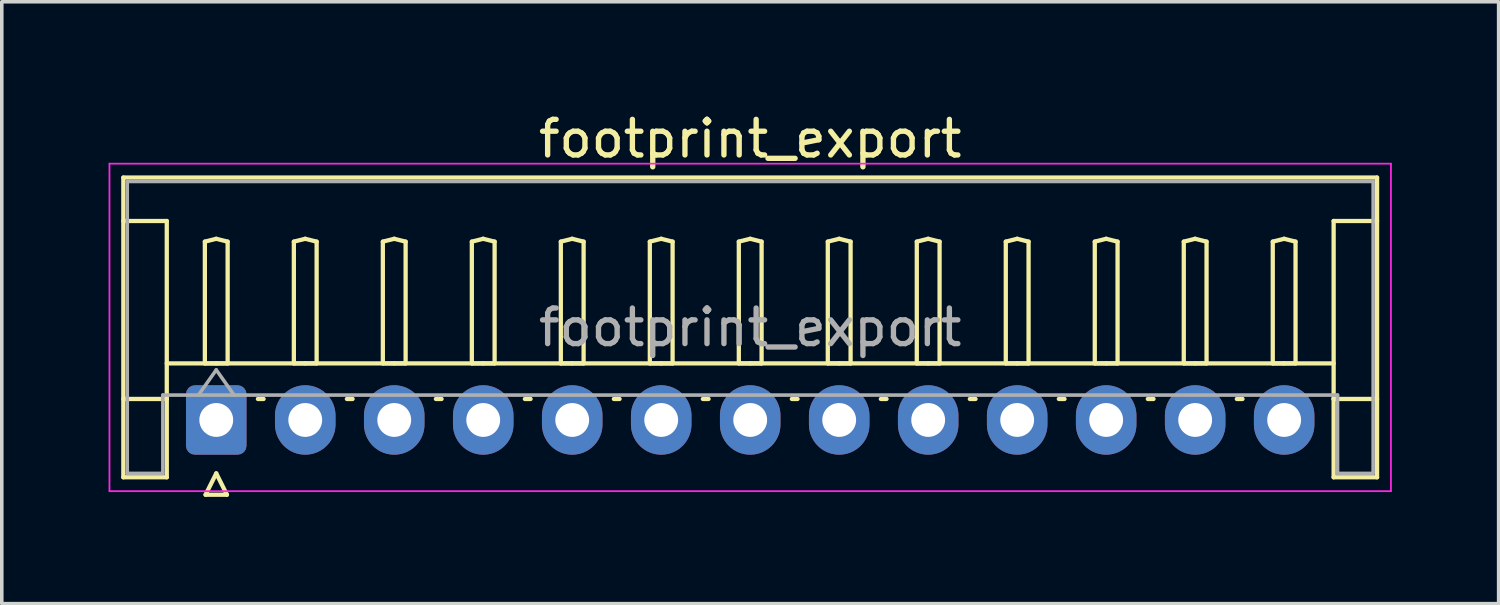
<source format=kicad_pcb>
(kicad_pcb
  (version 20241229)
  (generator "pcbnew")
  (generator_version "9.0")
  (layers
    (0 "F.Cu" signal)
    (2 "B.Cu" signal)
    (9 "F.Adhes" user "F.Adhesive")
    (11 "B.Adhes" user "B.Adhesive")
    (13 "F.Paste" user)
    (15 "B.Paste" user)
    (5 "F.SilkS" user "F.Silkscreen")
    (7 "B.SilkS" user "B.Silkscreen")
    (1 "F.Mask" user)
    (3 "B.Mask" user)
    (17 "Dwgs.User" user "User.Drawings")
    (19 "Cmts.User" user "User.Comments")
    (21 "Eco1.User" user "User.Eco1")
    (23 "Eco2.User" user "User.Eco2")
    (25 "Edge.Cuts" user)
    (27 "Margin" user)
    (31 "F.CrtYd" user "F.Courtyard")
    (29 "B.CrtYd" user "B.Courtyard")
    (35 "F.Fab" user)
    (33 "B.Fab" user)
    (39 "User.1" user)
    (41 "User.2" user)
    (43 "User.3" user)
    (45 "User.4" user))
  (footprint "footprint_export"
    (layer "F.Cu")
    (at 3.025 8.748)
    (property "Reference" "footprint_export" (at 15 -7.9 0) (layer "F.SilkS") (effects (font (size 1 1) (thickness 0.15))))
    (attr through_hole)
    (fp_line (start -2.61 -6.81) (end 32.61 -6.81) (stroke (width 0.12) (type solid)) (layer "F.SilkS"))
    (fp_line (start -2.61 -5.59) (end -1.39 -5.59) (stroke (width 0.12) (type solid)) (layer "F.SilkS"))
    (fp_line (start -2.61 1.61) (end -2.61 -6.81) (stroke (width 0.12) (type solid)) (layer "F.SilkS"))
    (fp_line (start -1.39 -5.59) (end -1.39 -0.59) (stroke (width 0.12) (type solid)) (layer "F.SilkS"))
    (fp_line (start -1.39 -1.59) (end 31.39 -1.59) (stroke (width 0.12) (type solid)) (layer "F.SilkS"))
    (fp_line (start -1.39 -0.59) (end -2.61 -0.59) (stroke (width 0.12) (type solid)) (layer "F.SilkS"))
    (fp_line (start -1.39 -0.59) (end -1.39 1.61) (stroke (width 0.12) (type solid)) (layer "F.SilkS"))
    (fp_line (start -1.39 1.61) (end -2.61 1.61) (stroke (width 0.12) (type solid)) (layer "F.SilkS"))
    (fp_line (start -0.32 -5.01) (end 0 -5.09) (stroke (width 0.12) (type solid)) (layer "F.SilkS"))
    (fp_line (start -0.32 -1.59) (end -0.32 -5.01) (stroke (width 0.12) (type solid)) (layer "F.SilkS"))
    (fp_line (start -0.3 2.1) (end 0.3 2.1) (stroke (width 0.12) (type solid)) (layer "F.SilkS"))
    (fp_line (start 0 -5.09) (end 0.32 -5.01) (stroke (width 0.12) (type solid)) (layer "F.SilkS"))
    (fp_line (start 0 -1.59) (end -0.32 -1.59) (stroke (width 0.12) (type solid)) (layer "F.SilkS"))
    (fp_line (start 0 1.5) (end -0.3 2.1) (stroke (width 0.12) (type solid)) (layer "F.SilkS"))
    (fp_line (start 0.3 2.1) (end 0 1.5) (stroke (width 0.12) (type solid)) (layer "F.SilkS"))
    (fp_line (start 0.32 -5.01) (end 0.32 -1.59) (stroke (width 0.12) (type solid)) (layer "F.SilkS"))
    (fp_line (start 0.32 -1.59) (end 0 -1.59) (stroke (width 0.12) (type solid)) (layer "F.SilkS"))
    (fp_line (start 1.17 -0.59) (end 1.33 -0.59) (stroke (width 0.12) (type solid)) (layer "F.SilkS"))
    (fp_line (start 2.18 -5.01) (end 2.5 -5.09) (stroke (width 0.12) (type solid)) (layer "F.SilkS"))
    (fp_line (start 2.18 -1.59) (end 2.18 -5.01) (stroke (width 0.12) (type solid)) (layer "F.SilkS"))
    (fp_line (start 2.5 -5.09) (end 2.82 -5.01) (stroke (width 0.12) (type solid)) (layer "F.SilkS"))
    (fp_line (start 2.5 -1.59) (end 2.18 -1.59) (stroke (width 0.12) (type solid)) (layer "F.SilkS"))
    (fp_line (start 2.82 -5.01) (end 2.82 -1.59) (stroke (width 0.12) (type solid)) (layer "F.SilkS"))
    (fp_line (start 2.82 -1.59) (end 2.5 -1.59) (stroke (width 0.12) (type solid)) (layer "F.SilkS"))
    (fp_line (start 3.67 -0.59) (end 3.83 -0.59) (stroke (width 0.12) (type solid)) (layer "F.SilkS"))
    (fp_line (start 4.68 -5.01) (end 5 -5.09) (stroke (width 0.12) (type solid)) (layer "F.SilkS"))
    (fp_line (start 4.68 -1.59) (end 4.68 -5.01) (stroke (width 0.12) (type solid)) (layer "F.SilkS"))
    (fp_line (start 5 -5.09) (end 5.32 -5.01) (stroke (width 0.12) (type solid)) (layer "F.SilkS"))
    (fp_line (start 5 -1.59) (end 4.68 -1.59) (stroke (width 0.12) (type solid)) (layer "F.SilkS"))
    (fp_line (start 5.32 -5.01) (end 5.32 -1.59) (stroke (width 0.12) (type solid)) (layer "F.SilkS"))
    (fp_line (start 5.32 -1.59) (end 5 -1.59) (stroke (width 0.12) (type solid)) (layer "F.SilkS"))
    (fp_line (start 6.17 -0.59) (end 6.33 -0.59) (stroke (width 0.12) (type solid)) (layer "F.SilkS"))
    (fp_line (start 7.18 -5.01) (end 7.5 -5.09) (stroke (width 0.12) (type solid)) (layer "F.SilkS"))
    (fp_line (start 7.18 -1.59) (end 7.18 -5.01) (stroke (width 0.12) (type solid)) (layer "F.SilkS"))
    (fp_line (start 7.5 -5.09) (end 7.82 -5.01) (stroke (width 0.12) (type solid)) (layer "F.SilkS"))
    (fp_line (start 7.5 -1.59) (end 7.18 -1.59) (stroke (width 0.12) (type solid)) (layer "F.SilkS"))
    (fp_line (start 7.82 -5.01) (end 7.82 -1.59) (stroke (width 0.12) (type solid)) (layer "F.SilkS"))
    (fp_line (start 7.82 -1.59) (end 7.5 -1.59) (stroke (width 0.12) (type solid)) (layer "F.SilkS"))
    (fp_line (start 8.67 -0.59) (end 8.83 -0.59) (stroke (width 0.12) (type solid)) (layer "F.SilkS"))
    (fp_line (start 9.68 -5.01) (end 10 -5.09) (stroke (width 0.12) (type solid)) (layer "F.SilkS"))
    (fp_line (start 9.68 -1.59) (end 9.68 -5.01) (stroke (width 0.12) (type solid)) (layer "F.SilkS"))
    (fp_line (start 10 -5.09) (end 10.32 -5.01) (stroke (width 0.12) (type solid)) (layer "F.SilkS"))
    (fp_line (start 10 -1.59) (end 9.68 -1.59) (stroke (width 0.12) (type solid)) (layer "F.SilkS"))
    (fp_line (start 10.32 -5.01) (end 10.32 -1.59) (stroke (width 0.12) (type solid)) (layer "F.SilkS"))
    (fp_line (start 10.32 -1.59) (end 10 -1.59) (stroke (width 0.12) (type solid)) (layer "F.SilkS"))
    (fp_line (start 11.17 -0.59) (end 11.33 -0.59) (stroke (width 0.12) (type solid)) (layer "F.SilkS"))
    (fp_line (start 12.18 -5.01) (end 12.5 -5.09) (stroke (width 0.12) (type solid)) (layer "F.SilkS"))
    (fp_line (start 12.18 -1.59) (end 12.18 -5.01) (stroke (width 0.12) (type solid)) (layer "F.SilkS"))
    (fp_line (start 12.5 -5.09) (end 12.82 -5.01) (stroke (width 0.12) (type solid)) (layer "F.SilkS"))
    (fp_line (start 12.5 -1.59) (end 12.18 -1.59) (stroke (width 0.12) (type solid)) (layer "F.SilkS"))
    (fp_line (start 12.82 -5.01) (end 12.82 -1.59) (stroke (width 0.12) (type solid)) (layer "F.SilkS"))
    (fp_line (start 12.82 -1.59) (end 12.5 -1.59) (stroke (width 0.12) (type solid)) (layer "F.SilkS"))
    (fp_line (start 13.67 -0.59) (end 13.83 -0.59) (stroke (width 0.12) (type solid)) (layer "F.SilkS"))
    (fp_line (start 14.68 -5.01) (end 15 -5.09) (stroke (width 0.12) (type solid)) (layer "F.SilkS"))
    (fp_line (start 14.68 -1.59) (end 14.68 -5.01) (stroke (width 0.12) (type solid)) (layer "F.SilkS"))
    (fp_line (start 15 -5.09) (end 15.32 -5.01) (stroke (width 0.12) (type solid)) (layer "F.SilkS"))
    (fp_line (start 15 -1.59) (end 14.68 -1.59) (stroke (width 0.12) (type solid)) (layer "F.SilkS"))
    (fp_line (start 15.32 -5.01) (end 15.32 -1.59) (stroke (width 0.12) (type solid)) (layer "F.SilkS"))
    (fp_line (start 15.32 -1.59) (end 15 -1.59) (stroke (width 0.12) (type solid)) (layer "F.SilkS"))
    (fp_line (start 16.17 -0.59) (end 16.33 -0.59) (stroke (width 0.12) (type solid)) (layer "F.SilkS"))
    (fp_line (start 17.18 -5.01) (end 17.5 -5.09) (stroke (width 0.12) (type solid)) (layer "F.SilkS"))
    (fp_line (start 17.18 -1.59) (end 17.18 -5.01) (stroke (width 0.12) (type solid)) (layer "F.SilkS"))
    (fp_line (start 17.5 -5.09) (end 17.82 -5.01) (stroke (width 0.12) (type solid)) (layer "F.SilkS"))
    (fp_line (start 17.5 -1.59) (end 17.18 -1.59) (stroke (width 0.12) (type solid)) (layer "F.SilkS"))
    (fp_line (start 17.82 -5.01) (end 17.82 -1.59) (stroke (width 0.12) (type solid)) (layer "F.SilkS"))
    (fp_line (start 17.82 -1.59) (end 17.5 -1.59) (stroke (width 0.12) (type solid)) (layer "F.SilkS"))
    (fp_line (start 18.67 -0.59) (end 18.83 -0.59) (stroke (width 0.12) (type solid)) (layer "F.SilkS"))
    (fp_line (start 19.68 -5.01) (end 20 -5.09) (stroke (width 0.12) (type solid)) (layer "F.SilkS"))
    (fp_line (start 19.68 -1.59) (end 19.68 -5.01) (stroke (width 0.12) (type solid)) (layer "F.SilkS"))
    (fp_line (start 20 -5.09) (end 20.32 -5.01) (stroke (width 0.12) (type solid)) (layer "F.SilkS"))
    (fp_line (start 20 -1.59) (end 19.68 -1.59) (stroke (width 0.12) (type solid)) (layer "F.SilkS"))
    (fp_line (start 20.32 -5.01) (end 20.32 -1.59) (stroke (width 0.12) (type solid)) (layer "F.SilkS"))
    (fp_line (start 20.32 -1.59) (end 20 -1.59) (stroke (width 0.12) (type solid)) (layer "F.SilkS"))
    (fp_line (start 21.17 -0.59) (end 21.33 -0.59) (stroke (width 0.12) (type solid)) (layer "F.SilkS"))
    (fp_line (start 22.18 -5.01) (end 22.5 -5.09) (stroke (width 0.12) (type solid)) (layer "F.SilkS"))
    (fp_line (start 22.18 -1.59) (end 22.18 -5.01) (stroke (width 0.12) (type solid)) (layer "F.SilkS"))
    (fp_line (start 22.5 -5.09) (end 22.82 -5.01) (stroke (width 0.12) (type solid)) (layer "F.SilkS"))
    (fp_line (start 22.5 -1.59) (end 22.18 -1.59) (stroke (width 0.12) (type solid)) (layer "F.SilkS"))
    (fp_line (start 22.82 -5.01) (end 22.82 -1.59) (stroke (width 0.12) (type solid)) (layer "F.SilkS"))
    (fp_line (start 22.82 -1.59) (end 22.5 -1.59) (stroke (width 0.12) (type solid)) (layer "F.SilkS"))
    (fp_line (start 23.67 -0.59) (end 23.83 -0.59) (stroke (width 0.12) (type solid)) (layer "F.SilkS"))
    (fp_line (start 24.68 -5.01) (end 25 -5.09) (stroke (width 0.12) (type solid)) (layer "F.SilkS"))
    (fp_line (start 24.68 -1.59) (end 24.68 -5.01) (stroke (width 0.12) (type solid)) (layer "F.SilkS"))
    (fp_line (start 25 -5.09) (end 25.32 -5.01) (stroke (width 0.12) (type solid)) (layer "F.SilkS"))
    (fp_line (start 25 -1.59) (end 24.68 -1.59) (stroke (width 0.12) (type solid)) (layer "F.SilkS"))
    (fp_line (start 25.32 -5.01) (end 25.32 -1.59) (stroke (width 0.12) (type solid)) (layer "F.SilkS"))
    (fp_line (start 25.32 -1.59) (end 25 -1.59) (stroke (width 0.12) (type solid)) (layer "F.SilkS"))
    (fp_line (start 26.17 -0.59) (end 26.33 -0.59) (stroke (width 0.12) (type solid)) (layer "F.SilkS"))
    (fp_line (start 27.18 -5.01) (end 27.5 -5.09) (stroke (width 0.12) (type solid)) (layer "F.SilkS"))
    (fp_line (start 27.18 -1.59) (end 27.18 -5.01) (stroke (width 0.12) (type solid)) (layer "F.SilkS"))
    (fp_line (start 27.5 -5.09) (end 27.82 -5.01) (stroke (width 0.12) (type solid)) (layer "F.SilkS"))
    (fp_line (start 27.5 -1.59) (end 27.18 -1.59) (stroke (width 0.12) (type solid)) (layer "F.SilkS"))
    (fp_line (start 27.82 -5.01) (end 27.82 -1.59) (stroke (width 0.12) (type solid)) (layer "F.SilkS"))
    (fp_line (start 27.82 -1.59) (end 27.5 -1.59) (stroke (width 0.12) (type solid)) (layer "F.SilkS"))
    (fp_line (start 28.67 -0.59) (end 28.83 -0.59) (stroke (width 0.12) (type solid)) (layer "F.SilkS"))
    (fp_line (start 29.68 -5.01) (end 30 -5.09) (stroke (width 0.12) (type solid)) (layer "F.SilkS"))
    (fp_line (start 29.68 -1.59) (end 29.68 -5.01) (stroke (width 0.12) (type solid)) (layer "F.SilkS"))
    (fp_line (start 30 -5.09) (end 30.32 -5.01) (stroke (width 0.12) (type solid)) (layer "F.SilkS"))
    (fp_line (start 30 -1.59) (end 29.68 -1.59) (stroke (width 0.12) (type solid)) (layer "F.SilkS"))
    (fp_line (start 30.32 -5.01) (end 30.32 -1.59) (stroke (width 0.12) (type solid)) (layer "F.SilkS"))
    (fp_line (start 30.32 -1.59) (end 30 -1.59) (stroke (width 0.12) (type solid)) (layer "F.SilkS"))
    (fp_line (start 31.39 -5.59) (end 31.39 -0.59) (stroke (width 0.12) (type solid)) (layer "F.SilkS"))
    (fp_line (start 31.39 -0.59) (end 32.61 -0.59) (stroke (width 0.12) (type solid)) (layer "F.SilkS"))
    (fp_line (start 31.39 1.61) (end 31.39 -0.59) (stroke (width 0.12) (type solid)) (layer "F.SilkS"))
    (fp_line (start 32.61 -6.81) (end 32.61 1.61) (stroke (width 0.12) (type solid)) (layer "F.SilkS"))
    (fp_line (start 32.61 -5.59) (end 31.39 -5.59) (stroke (width 0.12) (type solid)) (layer "F.SilkS"))
    (fp_line (start 32.61 1.61) (end 31.39 1.61) (stroke (width 0.12) (type solid)) (layer "F.SilkS"))
    (fp_line (start -3 -7.2) (end -3 2) (stroke (width 0.05) (type solid)) (layer "F.CrtYd"))
    (fp_line (start -3 2) (end 33 2) (stroke (width 0.05) (type solid)) (layer "F.CrtYd"))
    (fp_line (start 33 -7.2) (end -3 -7.2) (stroke (width 0.05) (type solid)) (layer "F.CrtYd"))
    (fp_line (start 33 2) (end 33 -7.2) (stroke (width 0.05) (type solid)) (layer "F.CrtYd"))
    (fp_line (start -2.5 -6.7) (end 32.5 -6.7) (stroke (width 0.1) (type solid)) (layer "F.Fab"))
    (fp_line (start -2.5 1.5) (end -2.5 -6.7) (stroke (width 0.1) (type solid)) (layer "F.Fab"))
    (fp_line (start -1.5 -0.7) (end -1.5 1.5) (stroke (width 0.1) (type solid)) (layer "F.Fab"))
    (fp_line (start -1.5 1.5) (end -2.5 1.5) (stroke (width 0.1) (type solid)) (layer "F.Fab"))
    (fp_line (start -0.5 -0.7) (end 0 -1.407) (stroke (width 0.1) (type solid)) (layer "F.Fab"))
    (fp_line (start 0 -1.407) (end 0.5 -0.7) (stroke (width 0.1) (type solid)) (layer "F.Fab"))
    (fp_line (start 31.5 -0.7) (end -1.5 -0.7) (stroke (width 0.1) (type solid)) (layer "F.Fab"))
    (fp_line (start 31.5 1.5) (end 31.5 -0.7) (stroke (width 0.1) (type solid)) (layer "F.Fab"))
    (fp_line (start 32.5 -6.7) (end 32.5 1.5) (stroke (width 0.1) (type solid)) (layer "F.Fab"))
    (fp_line (start 32.5 1.5) (end 31.5 1.5) (stroke (width 0.1) (type solid)) (layer "F.Fab"))
    (fp_text user "${REFERENCE}" (at 15 -2.6 0) (layer "F.Fab") (effects (font (size 1 1) (thickness 0.15))))
    (pad "1" thru_hole roundrect (at 0 0) (size 1.7 1.95) (drill 0.95) (layers "*.Cu" "*.Mask") (roundrect_rratio 0.147))
    (pad "2" thru_hole oval (at 2.5 0) (size 1.7 1.95) (drill 0.95) (layers "*.Cu" "*.Mask"))
    (pad "3" thru_hole oval (at 5 0) (size 1.7 1.95) (drill 0.95) (layers "*.Cu" "*.Mask"))
    (pad "4" thru_hole oval (at 7.5 0) (size 1.7 1.95) (drill 0.95) (layers "*.Cu" "*.Mask"))
    (pad "5" thru_hole oval (at 10 0) (size 1.7 1.95) (drill 0.95) (layers "*.Cu" "*.Mask"))
    (pad "6" thru_hole oval (at 12.5 0) (size 1.7 1.95) (drill 0.95) (layers "*.Cu" "*.Mask"))
    (pad "7" thru_hole oval (at 15 0) (size 1.7 1.95) (drill 0.95) (layers "*.Cu" "*.Mask"))
    (pad "8" thru_hole oval (at 17.5 0) (size 1.7 1.95) (drill 0.95) (layers "*.Cu" "*.Mask"))
    (pad "9" thru_hole oval (at 20 0) (size 1.7 1.95) (drill 0.95) (layers "*.Cu" "*.Mask"))
    (pad "10" thru_hole oval (at 22.5 0) (size 1.7 1.95) (drill 0.95) (layers "*.Cu" "*.Mask"))
    (pad "11" thru_hole oval (at 25 0) (size 1.7 1.95) (drill 0.95) (layers "*.Cu" "*.Mask"))
    (pad "12" thru_hole oval (at 27.5 0) (size 1.7 1.95) (drill 0.95) (layers "*.Cu" "*.Mask"))
    (pad "13" thru_hole oval (at 30 0) (size 1.7 1.95) (drill 0.95) (layers "*.Cu" "*.Mask")))
  (gr_rect
    (start -3 -3)
    (end 39.05 13.908)
    (stroke (width 0.1) (type default))
    (fill no)
    (layer "Edge.Cuts")))
</source>
